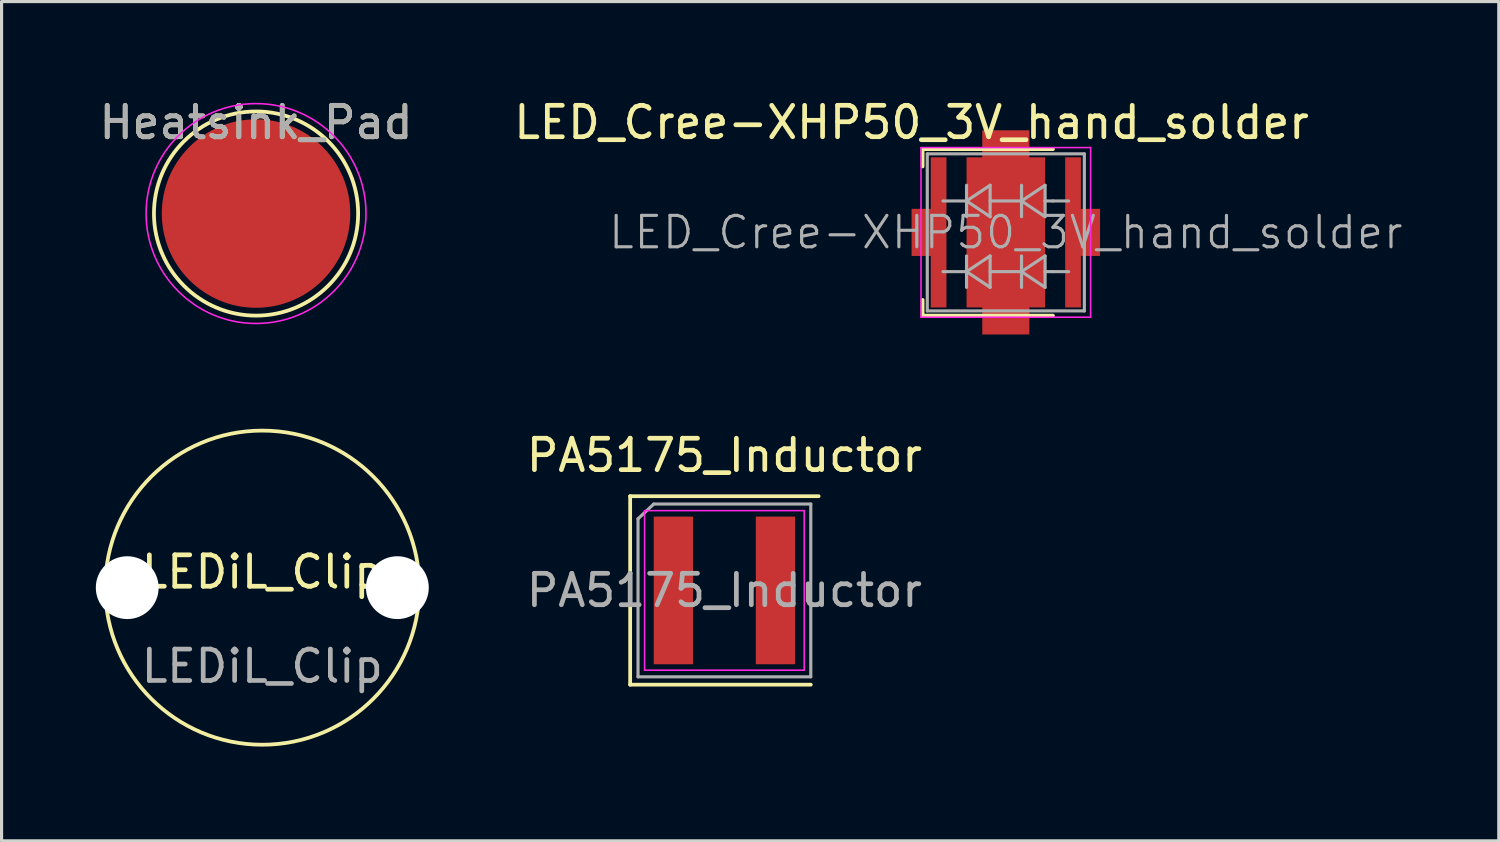
<source format=kicad_pcb>
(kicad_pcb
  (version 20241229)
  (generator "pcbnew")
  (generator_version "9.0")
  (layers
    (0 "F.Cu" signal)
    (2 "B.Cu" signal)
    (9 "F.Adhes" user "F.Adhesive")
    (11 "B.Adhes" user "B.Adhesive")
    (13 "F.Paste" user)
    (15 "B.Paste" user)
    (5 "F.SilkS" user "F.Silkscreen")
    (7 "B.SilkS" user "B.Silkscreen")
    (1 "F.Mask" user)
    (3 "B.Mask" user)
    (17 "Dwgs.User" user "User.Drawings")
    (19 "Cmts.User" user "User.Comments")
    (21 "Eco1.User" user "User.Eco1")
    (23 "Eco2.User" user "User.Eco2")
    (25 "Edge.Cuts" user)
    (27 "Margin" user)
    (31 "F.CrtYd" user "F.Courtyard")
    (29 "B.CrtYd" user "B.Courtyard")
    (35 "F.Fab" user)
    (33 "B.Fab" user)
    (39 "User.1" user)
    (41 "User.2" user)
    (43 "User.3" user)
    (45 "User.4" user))
  (footprint "Heatsink_Pad"
    (layer "F.Cu")
    (at 5.101 3.748)
    (property "Reference" "Heatsink_Pad" (at 0 -2.898 0) (layer "F.SilkS") (effects (font (size 1 1) (thickness 0.15))))
    (attr exclude_from_pos_files exclude_from_bom)
    (fp_circle (center 0 0) (end 3.25 0) (stroke (width 0.12) (type solid)) (fill no) (layer "F.SilkS"))
    (fp_circle (center 0 0) (end 3.5 0) (stroke (width 0.05) (type solid)) (fill no) (layer "F.CrtYd"))
    (fp_text user "${REFERENCE}" (at 0 -2.9 0) (layer "F.Fab") (effects (font (size 1 1) (thickness 0.15))))
    (pad "1" smd circle (at 0 0) (size 6 6) (layers "F.Cu" "F.Mask")))
  (footprint "LED_Cree-XHP50_3V_hand_solder"
    (layer "F.Cu")
    (at 28.97 4.348)
    (property "Reference" "LED_Cree-XHP50_3V_hand_solder" (at -3 -3.5 0) (layer "F.SilkS") (effects (font (size 1 1) (thickness 0.15))))
    (attr smd)
    (fp_line (start -2.65 -2.65) (end -2.65 -2.1) (stroke (width 0.12) (type solid)) (layer "F.SilkS"))
    (fp_line (start -2.65 2.65) (end -2.65 2.15) (stroke (width 0.12) (type solid)) (layer "F.SilkS"))
    (fp_line (start 1.5 -2.65) (end -2.65 -2.65) (stroke (width 0.12) (type solid)) (layer "F.SilkS"))
    (fp_line (start 1.5 2.65) (end -2.65 2.65) (stroke (width 0.12) (type solid)) (layer "F.SilkS"))
    (fp_line (start -2.7 -2.7) (end -2.7 2.7) (stroke (width 0.05) (type solid)) (layer "F.CrtYd"))
    (fp_line (start -2.7 2.7) (end 2.7 2.7) (stroke (width 0.05) (type solid)) (layer "F.CrtYd"))
    (fp_line (start 2.7 -2.7) (end -2.7 -2.7) (stroke (width 0.05) (type solid)) (layer "F.CrtYd"))
    (fp_line (start 2.7 2.7) (end 2.7 -2.7) (stroke (width 0.05) (type solid)) (layer "F.CrtYd"))
    (fp_line (start -2.5 -2.5) (end 2.5 -2.5) (stroke (width 0.1) (type solid)) (layer "F.Fab"))
    (fp_line (start -2.5 2.5) (end -2.5 -2.5) (stroke (width 0.1) (type solid)) (layer "F.Fab"))
    (fp_line (start -2 -1) (end -1.25 -1) (stroke (width 0.1) (type solid)) (layer "F.Fab"))
    (fp_line (start -2 1.25) (end -1.25 1.25) (stroke (width 0.1) (type solid)) (layer "F.Fab"))
    (fp_line (start -1.25 -1) (end -1.25 -1.5) (stroke (width 0.1) (type solid)) (layer "F.Fab"))
    (fp_line (start -1.25 -1) (end -1.25 -0.5) (stroke (width 0.1) (type solid)) (layer "F.Fab"))
    (fp_line (start -1.25 -1) (end -0.5 -1.5) (stroke (width 0.1) (type solid)) (layer "F.Fab"))
    (fp_line (start -1.25 1.25) (end -1.25 0.75) (stroke (width 0.1) (type solid)) (layer "F.Fab"))
    (fp_line (start -1.25 1.25) (end -1.25 1.75) (stroke (width 0.1) (type solid)) (layer "F.Fab"))
    (fp_line (start -1.25 1.25) (end -0.5 0.75) (stroke (width 0.1) (type solid)) (layer "F.Fab"))
    (fp_line (start -0.5 -1.5) (end -0.5 -0.5) (stroke (width 0.1) (type solid)) (layer "F.Fab"))
    (fp_line (start -0.5 -0.5) (end -1.25 -1) (stroke (width 0.1) (type solid)) (layer "F.Fab"))
    (fp_line (start -0.5 0.75) (end -0.5 1.75) (stroke (width 0.1) (type solid)) (layer "F.Fab"))
    (fp_line (start -0.5 1.75) (end -1.25 1.25) (stroke (width 0.1) (type solid)) (layer "F.Fab"))
    (fp_line (start 0.5 -1.5) (end 0.5 -0.5) (stroke (width 0.1) (type solid)) (layer "F.Fab"))
    (fp_line (start 0.5 -1) (end -0.5 -1) (stroke (width 0.1) (type solid)) (layer "F.Fab"))
    (fp_line (start 0.5 -1) (end 1.25 -0.5) (stroke (width 0.1) (type solid)) (layer "F.Fab"))
    (fp_line (start 0.5 0.75) (end 0.5 1.75) (stroke (width 0.1) (type solid)) (layer "F.Fab"))
    (fp_line (start 0.5 1.25) (end -0.5 1.25) (stroke (width 0.1) (type solid)) (layer "F.Fab"))
    (fp_line (start 0.5 1.25) (end 1.25 1.75) (stroke (width 0.1) (type solid)) (layer "F.Fab"))
    (fp_line (start 1.25 -1.5) (end 0.5 -1) (stroke (width 0.1) (type solid)) (layer "F.Fab"))
    (fp_line (start 1.25 -1) (end 1.25 -1.5) (stroke (width 0.1) (type solid)) (layer "F.Fab"))
    (fp_line (start 1.25 -0.5) (end 1.25 -1) (stroke (width 0.1) (type solid)) (layer "F.Fab"))
    (fp_line (start 1.25 0.75) (end 0.5 1.25) (stroke (width 0.1) (type solid)) (layer "F.Fab"))
    (fp_line (start 1.25 1.25) (end 1.25 0.75) (stroke (width 0.1) (type solid)) (layer "F.Fab"))
    (fp_line (start 1.25 1.75) (end 1.25 1.25) (stroke (width 0.1) (type solid)) (layer "F.Fab"))
    (fp_line (start 1.5 -1) (end 1.25 -1) (stroke (width 0.1) (type solid)) (layer "F.Fab"))
    (fp_line (start 1.5 -1) (end 2 -1) (stroke (width 0.1) (type solid)) (layer "F.Fab"))
    (fp_line (start 1.5 1.25) (end 1.25 1.25) (stroke (width 0.1) (type solid)) (layer "F.Fab"))
    (fp_line (start 1.5 1.25) (end 2 1.25) (stroke (width 0.1) (type solid)) (layer "F.Fab"))
    (fp_line (start 2.5 -2.5) (end 2.5 2.5) (stroke (width 0.1) (type solid)) (layer "F.Fab"))
    (fp_line (start 2.5 2.5) (end -2.5 2.5) (stroke (width 0.1) (type solid)) (layer "F.Fab"))
    (fp_text user "${REFERENCE}" (at 0 0 0) (layer "F.Fab") (effects (font (size 1 1) (thickness 0.1))))
    (pad "" smd rect (at -2.14 -1.32) (size 0.5 2.14) (layers "F.Paste"))
    (pad "" smd rect (at -2.14 1.32) (size 0.5 2.14) (layers "F.Paste"))
    (pad "" smd rect (at -0.61 -1.575) (size 0.97 0.8) (layers "F.Paste"))
    (pad "" smd rect (at -0.61 -0.525) (size 0.97 0.8) (layers "F.Paste"))
    (pad "" smd rect (at -0.61 0.525) (size 0.97 0.8) (layers "F.Paste"))
    (pad "" smd rect (at -0.61 1.575) (size 0.97 0.8) (layers "F.Paste"))
    (pad "" smd rect (at 0.61 -1.575) (size 0.97 0.8) (layers "F.Paste"))
    (pad "" smd rect (at 0.61 -0.525) (size 0.97 0.8) (layers "F.Paste"))
    (pad "" smd rect (at 0.61 0.525) (size 0.97 0.8) (layers "F.Paste"))
    (pad "" smd rect (at 0.61 1.575) (size 0.97 0.8) (layers "F.Paste"))
    (pad "" smd rect (at 2.14 -1.32) (size 0.5 2.14) (layers "F.Paste"))
    (pad "" smd rect (at 2.14 1.32) (size 0.5 2.14) (layers "F.Paste"))
    (pad "1" smd rect (at -2.5 0) (size 1 1.5) (layers "F.Cu" "F.Mask"))
    (pad "1" smd rect (at -2.14 0) (size 0.5 4.78) (layers "F.Cu" "F.Mask"))
    (pad "2" smd rect (at 2.14 0) (size 0.5 4.78) (layers "F.Cu" "F.Mask"))
    (pad "2" smd rect (at 2.5 0) (size 1 1.5) (layers "F.Cu" "F.Mask"))
    (pad "3" smd rect (at 0 -2.75) (size 1.5 1) (layers "F.Cu" "F.Mask"))
    (pad "3" smd rect (at 0 0) (size 2.5 4.78) (layers "F.Cu" "F.Mask"))
    (pad "3" smd rect (at 0 2.75) (size 1.5 1) (layers "F.Cu" "F.Mask")))
  (footprint "PA5175_Inductor"
    (layer "F.Cu")
    (at 20.011 15.746)
    (property "Reference" "PA5175_Inductor" (at 0 -4.3 0) (layer "F.SilkS") (effects (font (size 1 1) (thickness 0.15))))
    (attr smd)
    (fp_line (start -3 -3) (end -3 3) (stroke (width 0.12) (type solid)) (layer "F.SilkS"))
    (fp_line (start -3 -3) (end 3 -3) (stroke (width 0.12) (type solid)) (layer "F.SilkS"))
    (fp_line (start -3 3) (end 2.75 3) (stroke (width 0.12) (type solid)) (layer "F.SilkS"))
    (fp_line (start -2.54 -2.54) (end -2.54 2.54) (stroke (width 0.05) (type solid)) (layer "F.CrtYd"))
    (fp_line (start -2.54 -2.54) (end 2.54 -2.54) (stroke (width 0.05) (type solid)) (layer "F.CrtYd"))
    (fp_line (start -2.54 2.54) (end 2.54 2.54) (stroke (width 0.05) (type solid)) (layer "F.CrtYd"))
    (fp_line (start 2.54 -2.54) (end 2.54 2.54) (stroke (width 0.05) (type solid)) (layer "F.CrtYd"))
    (fp_line (start -2.75 -2.28) (end -2.75 2.75) (stroke (width 0.1) (type solid)) (layer "F.Fab"))
    (fp_line (start -2.75 -2.28) (end -2.25 -2.75) (stroke (width 0.1) (type solid)) (layer "F.Fab"))
    (fp_line (start -2.75 2.75) (end 2.75 2.75) (stroke (width 0.1) (type solid)) (layer "F.Fab"))
    (fp_line (start -2.25 -2.75) (end 2.75 -2.75) (stroke (width 0.1) (type solid)) (layer "F.Fab"))
    (fp_line (start 2.75 -2.75) (end 2.75 2.75) (stroke (width 0.1) (type solid)) (layer "F.Fab"))
    (fp_text user "${REFERENCE}" (at 0 0 0) (layer "F.Fab") (effects (font (size 1 1) (thickness 0.15))))
    (pad "1" smd rect (at -1.625 0) (size 1.25 4.7) (layers "F.Cu" "F.Mask" "F.Paste"))
    (pad "2" smd rect (at 1.625 0) (size 1.25 4.7) (layers "F.Cu" "F.Mask" "F.Paste")))
  (footprint "LEDiL_Clip"
    (layer "F.Cu")
    (at 5.3 15.658)
    (property "Reference" "LEDiL_Clip" (at 0 -0.5 0) (unlocked yes) (layer "F.SilkS") (effects (font (size 1 1) (thickness 0.15))))
    (attr smd)
    (fp_circle (center 0 0) (end 5 0) (stroke (width 0.12) (type solid)) (fill no) (layer "F.SilkS"))
    (fp_text user "${REFERENCE}" (at 0 2.5 0) (unlocked yes) (layer "F.Fab") (effects (font (size 1 1) (thickness 0.15))))
    (pad "" np_thru_hole circle (at -4.3 0) (size 2 2) (drill 2) (layers "*.Cu" "*.Mask"))
    (pad "" np_thru_hole circle (at 4.3 0) (size 2 2) (drill 2) (layers "*.Cu" "*.Mask")))
  (gr_rect
    (start -3 -3)
    (end 44.663 23.718)
    (stroke (width 0.1) (type default))
    (fill no)
    (layer "Edge.Cuts")))
</source>
